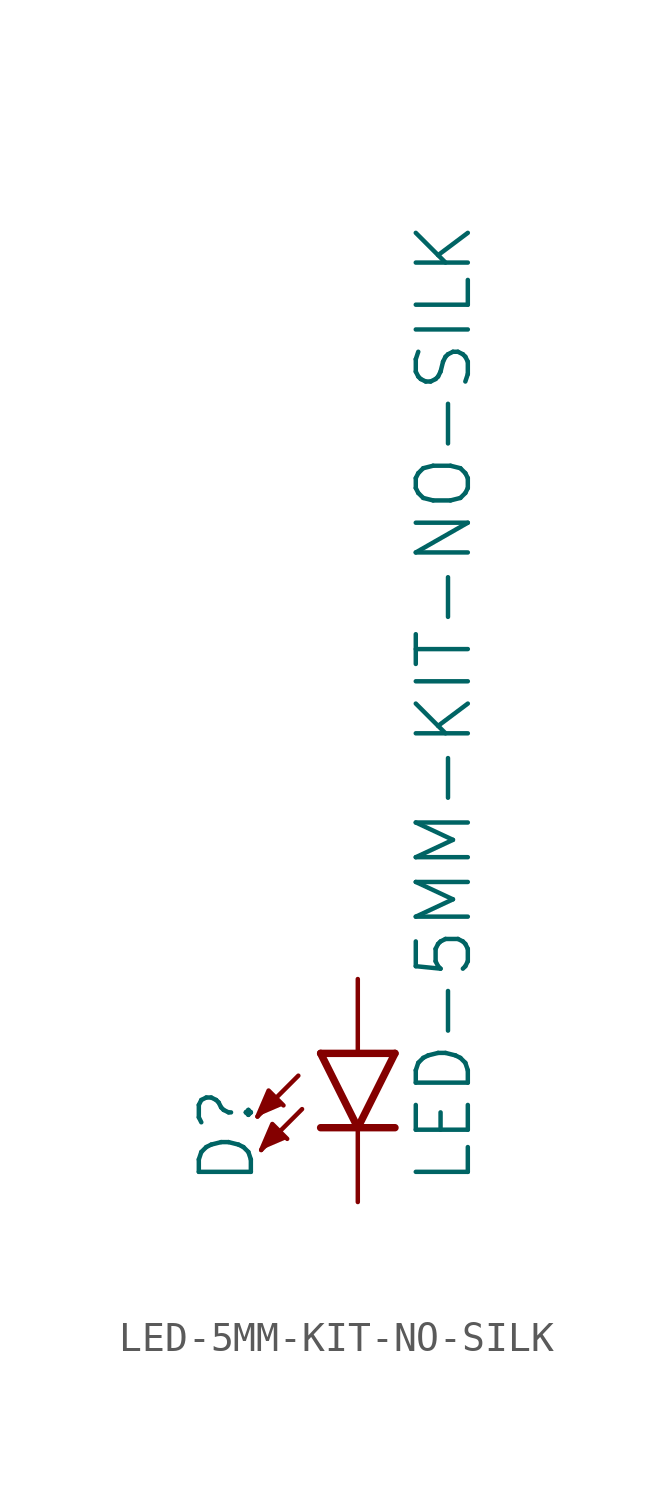
<source format=kicad_sym>
(kicad_symbol_lib
  (version 20211014)
  (generator kicad_symbol_editor)
  (symbol "LED-5MM-KIT-NO-SILK"
    (property "Reference" "D"
      (at -3.429 -4.572 90)
      (effects (font (size 1.778 1.778)) (justify left bottom)))
    (property "Value" "LED-5MM-KIT-NO-SILK"
      (at 1.905 -4.572 90)
      (effects (font (size 1.778 1.778)) (justify left top)))
    (property "ki_locked" ""
      (at 0 0 0)
      (effects (font (size 1.27 1.27))))
    (symbol "LED-5MM-KIT-NO-SILK_1_0"
      (polyline (pts (xy -2.032 -0.762) (xy -3.429 -2.159)) (stroke (width 0.152) (type default) (color 0 0 0 0)) (fill (type none)))
      (polyline (pts (xy -1.905 -1.905) (xy -3.302 -3.302)) (stroke (width 0.152) (type default) (color 0 0 0 0)) (fill (type none)))
      (polyline (pts (xy 0 -2.54) (xy -1.27 -2.54)) (stroke (width 0.254) (type default) (color 0 0 0 0)) (fill (type none)))
      (polyline (pts (xy 0 -2.54) (xy -1.27 0)) (stroke (width 0.254) (type default) (color 0 0 0 0)) (fill (type none)))
      (polyline (pts (xy 1.27 -2.54) (xy 0 -2.54)) (stroke (width 0.254) (type default) (color 0 0 0 0)) (fill (type none)))
      (polyline (pts (xy 1.27 0) (xy -1.27 0)) (stroke (width 0.254) (type default) (color 0 0 0 0)) (fill (type none)))
      (polyline (pts (xy 1.27 0) (xy 0 -2.54)) (stroke (width 0.254) (type default) (color 0 0 0 0)) (fill (type none)))
      (polyline (pts (xy -3.429 -2.159) (xy -3.048 -1.27) (xy -2.54 -1.778)) (stroke (width 0) (type default) (color 0 0 0 0)) (fill (type outline)))
      (polyline (pts (xy -3.302 -3.302) (xy -2.921 -2.413) (xy -2.413 -2.921)) (stroke (width 0) (type default) (color 0 0 0 0)) (fill (type outline)))
      (pin passive line (at 0 2.54 270) (length 2.54) (name "A" (effects (font (size 0 0)))) (number "A" (effects (font (size 0 0)))))
      (pin passive line (at 0 -5.08 90) (length 2.54) (name "C" (effects (font (size 0 0)))) (number "K" (effects (font (size 0 0))))))))
</source>
